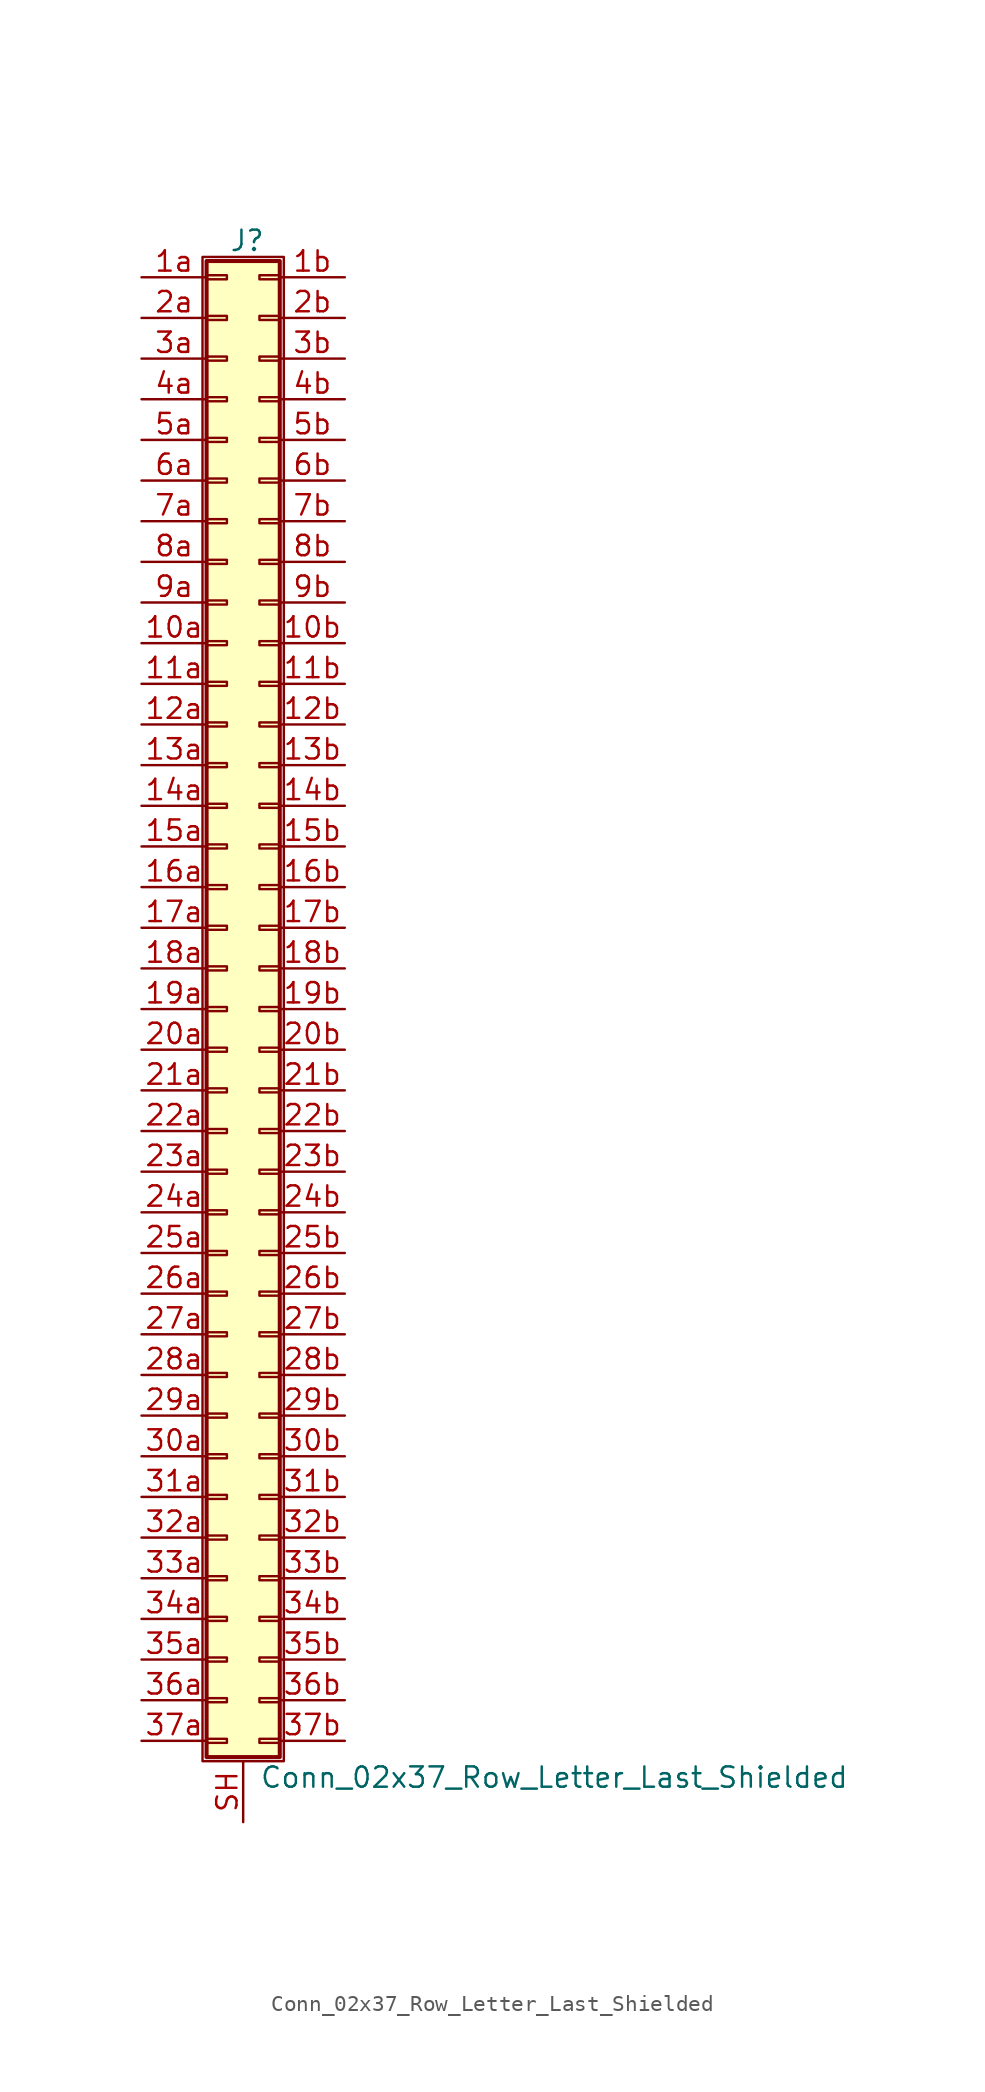
<source format=kicad_sym>
(kicad_symbol_lib
  (version 20201005)
  (generator kicad_symbol_editor)
  (symbol "Conn_02x37_Row_Letter_Last_Shielded"
    (pin_names
      (offset 1.016) hide)
    (property "Reference" "J"
      (at 1.524 48.006 0)
      (effects (font (size 1.27 1.27))))
    (property "Value" "Conn_02x37_Row_Letter_Last_Shielded"
      (at 2.286 -48.006 0)
      (effects (font (size 1.27 1.27)) (justify left)))
    (symbol "Conn_02x37_Row_Letter_Last_Shielded_1_1"
      (rectangle (start -1.27 46.99) (end 3.81 -46.99) (stroke (width 0.152)) (fill (type none)))
      (rectangle (start -1.016 -45.593) (end 0.254 -45.847) (stroke (width 0.152)) (fill (type none)))
      (rectangle (start -1.016 -43.053) (end 0.254 -43.307) (stroke (width 0.152)) (fill (type none)))
      (rectangle (start -1.016 -40.513) (end 0.254 -40.767) (stroke (width 0.152)) (fill (type none)))
      (rectangle (start -1.016 -37.973) (end 0.254 -38.227) (stroke (width 0.152)) (fill (type none)))
      (rectangle (start -1.016 -35.433) (end 0.254 -35.687) (stroke (width 0.152)) (fill (type none)))
      (rectangle (start -1.016 -32.893) (end 0.254 -33.147) (stroke (width 0.152)) (fill (type none)))
      (rectangle (start -1.016 -30.353) (end 0.254 -30.607) (stroke (width 0.152)) (fill (type none)))
      (rectangle (start -1.016 -27.813) (end 0.254 -28.067) (stroke (width 0.152)) (fill (type none)))
      (rectangle (start -1.016 -25.273) (end 0.254 -25.527) (stroke (width 0.152)) (fill (type none)))
      (rectangle (start -1.016 -22.733) (end 0.254 -22.987) (stroke (width 0.152)) (fill (type none)))
      (rectangle (start -1.016 -20.193) (end 0.254 -20.447) (stroke (width 0.152)) (fill (type none)))
      (rectangle (start -1.016 -17.653) (end 0.254 -17.907) (stroke (width 0.152)) (fill (type none)))
      (rectangle (start -1.016 -15.113) (end 0.254 -15.367) (stroke (width 0.152)) (fill (type none)))
      (rectangle (start -1.016 -12.573) (end 0.254 -12.827) (stroke (width 0.152)) (fill (type none)))
      (rectangle (start -1.016 -10.033) (end 0.254 -10.287) (stroke (width 0.152)) (fill (type none)))
      (rectangle (start -1.016 -7.493) (end 0.254 -7.747) (stroke (width 0.152)) (fill (type none)))
      (rectangle (start -1.016 -4.953) (end 0.254 -5.207) (stroke (width 0.152)) (fill (type none)))
      (rectangle (start -1.016 -2.413) (end 0.254 -2.667) (stroke (width 0.152)) (fill (type none)))
      (rectangle (start -1.016 0.127) (end 0.254 -0.127) (stroke (width 0.152)) (fill (type none)))
      (rectangle (start -1.016 2.667) (end 0.254 2.413) (stroke (width 0.152)) (fill (type none)))
      (rectangle (start -1.016 5.207) (end 0.254 4.953) (stroke (width 0.152)) (fill (type none)))
      (rectangle (start -1.016 7.747) (end 0.254 7.493) (stroke (width 0.152)) (fill (type none)))
      (rectangle (start -1.016 10.287) (end 0.254 10.033) (stroke (width 0.152)) (fill (type none)))
      (rectangle (start -1.016 12.827) (end 0.254 12.573) (stroke (width 0.152)) (fill (type none)))
      (rectangle (start -1.016 15.367) (end 0.254 15.113) (stroke (width 0.152)) (fill (type none)))
      (rectangle (start -1.016 17.907) (end 0.254 17.653) (stroke (width 0.152)) (fill (type none)))
      (rectangle (start -1.016 20.447) (end 0.254 20.193) (stroke (width 0.152)) (fill (type none)))
      (rectangle (start -1.016 22.987) (end 0.254 22.733) (stroke (width 0.152)) (fill (type none)))
      (rectangle (start -1.016 25.527) (end 0.254 25.273) (stroke (width 0.152)) (fill (type none)))
      (rectangle (start -1.016 28.067) (end 0.254 27.813) (stroke (width 0.152)) (fill (type none)))
      (rectangle (start -1.016 30.607) (end 0.254 30.353) (stroke (width 0.152)) (fill (type none)))
      (rectangle (start -1.016 33.147) (end 0.254 32.893) (stroke (width 0.152)) (fill (type none)))
      (rectangle (start -1.016 35.687) (end 0.254 35.433) (stroke (width 0.152)) (fill (type none)))
      (rectangle (start -1.016 38.227) (end 0.254 37.973) (stroke (width 0.152)) (fill (type none)))
      (rectangle (start -1.016 40.767) (end 0.254 40.513) (stroke (width 0.152)) (fill (type none)))
      (rectangle (start -1.016 43.307) (end 0.254 43.053) (stroke (width 0.152)) (fill (type none)))
      (rectangle (start -1.016 45.847) (end 0.254 45.593) (stroke (width 0.152)) (fill (type none)))
      (rectangle (start 3.556 -45.593) (end 2.286 -45.847) (stroke (width 0.152)) (fill (type none)))
      (rectangle (start 3.556 -43.053) (end 2.286 -43.307) (stroke (width 0.152)) (fill (type none)))
      (rectangle (start 3.556 -40.513) (end 2.286 -40.767) (stroke (width 0.152)) (fill (type none)))
      (rectangle (start 3.556 -37.973) (end 2.286 -38.227) (stroke (width 0.152)) (fill (type none)))
      (rectangle (start 3.556 -35.433) (end 2.286 -35.687) (stroke (width 0.152)) (fill (type none)))
      (rectangle (start 3.556 -32.893) (end 2.286 -33.147) (stroke (width 0.152)) (fill (type none)))
      (rectangle (start 3.556 -30.353) (end 2.286 -30.607) (stroke (width 0.152)) (fill (type none)))
      (rectangle (start 3.556 -27.813) (end 2.286 -28.067) (stroke (width 0.152)) (fill (type none)))
      (rectangle (start 3.556 -25.273) (end 2.286 -25.527) (stroke (width 0.152)) (fill (type none)))
      (rectangle (start 3.556 -22.733) (end 2.286 -22.987) (stroke (width 0.152)) (fill (type none)))
      (rectangle (start 3.556 -20.193) (end 2.286 -20.447) (stroke (width 0.152)) (fill (type none)))
      (rectangle (start 3.556 -17.653) (end 2.286 -17.907) (stroke (width 0.152)) (fill (type none)))
      (rectangle (start 3.556 -15.113) (end 2.286 -15.367) (stroke (width 0.152)) (fill (type none)))
      (rectangle (start 3.556 -12.573) (end 2.286 -12.827) (stroke (width 0.152)) (fill (type none)))
      (rectangle (start 3.556 -10.033) (end 2.286 -10.287) (stroke (width 0.152)) (fill (type none)))
      (rectangle (start 3.556 -7.493) (end 2.286 -7.747) (stroke (width 0.152)) (fill (type none)))
      (rectangle (start 3.556 -4.953) (end 2.286 -5.207) (stroke (width 0.152)) (fill (type none)))
      (rectangle (start 3.556 -2.413) (end 2.286 -2.667) (stroke (width 0.152)) (fill (type none)))
      (rectangle (start 3.556 0.127) (end 2.286 -0.127) (stroke (width 0.152)) (fill (type none)))
      (rectangle (start 3.556 2.667) (end 2.286 2.413) (stroke (width 0.152)) (fill (type none)))
      (rectangle (start 3.556 5.207) (end 2.286 4.953) (stroke (width 0.152)) (fill (type none)))
      (rectangle (start 3.556 7.747) (end 2.286 7.493) (stroke (width 0.152)) (fill (type none)))
      (rectangle (start 3.556 10.287) (end 2.286 10.033) (stroke (width 0.152)) (fill (type none)))
      (rectangle (start 3.556 12.827) (end 2.286 12.573) (stroke (width 0.152)) (fill (type none)))
      (rectangle (start 3.556 15.367) (end 2.286 15.113) (stroke (width 0.152)) (fill (type none)))
      (rectangle (start 3.556 17.907) (end 2.286 17.653) (stroke (width 0.152)) (fill (type none)))
      (rectangle (start 3.556 20.447) (end 2.286 20.193) (stroke (width 0.152)) (fill (type none)))
      (rectangle (start 3.556 22.987) (end 2.286 22.733) (stroke (width 0.152)) (fill (type none)))
      (rectangle (start 3.556 25.527) (end 2.286 25.273) (stroke (width 0.152)) (fill (type none)))
      (rectangle (start 3.556 28.067) (end 2.286 27.813) (stroke (width 0.152)) (fill (type none)))
      (rectangle (start 3.556 30.607) (end 2.286 30.353) (stroke (width 0.152)) (fill (type none)))
      (rectangle (start 3.556 33.147) (end 2.286 32.893) (stroke (width 0.152)) (fill (type none)))
      (rectangle (start 3.556 35.687) (end 2.286 35.433) (stroke (width 0.152)) (fill (type none)))
      (rectangle (start 3.556 38.227) (end 2.286 37.973) (stroke (width 0.152)) (fill (type none)))
      (rectangle (start 3.556 40.767) (end 2.286 40.513) (stroke (width 0.152)) (fill (type none)))
      (rectangle (start 3.556 43.307) (end 2.286 43.053) (stroke (width 0.152)) (fill (type none)))
      (rectangle (start 3.556 45.847) (end 2.286 45.593) (stroke (width 0.152)) (fill (type none)))
      (rectangle (start -1.016 46.736) (end 3.556 -46.736) (stroke (width 0.254)) (fill (type background)))
      (pin passive line (at -5.08 22.86 0) (length 4.064) (name "Pin_10a" (effects (font (size 1.27 1.27)))) (number "10a" (effects (font (size 1.27 1.27)))))
      (pin passive line (at 7.62 22.86 180) (length 4.064) (name "Pin_10b" (effects (font (size 1.27 1.27)))) (number "10b" (effects (font (size 1.27 1.27)))))
      (pin passive line (at -5.08 20.32 0) (length 4.064) (name "Pin_11a" (effects (font (size 1.27 1.27)))) (number "11a" (effects (font (size 1.27 1.27)))))
      (pin passive line (at 7.62 20.32 180) (length 4.064) (name "Pin_11b" (effects (font (size 1.27 1.27)))) (number "11b" (effects (font (size 1.27 1.27)))))
      (pin passive line (at -5.08 17.78 0) (length 4.064) (name "Pin_12a" (effects (font (size 1.27 1.27)))) (number "12a" (effects (font (size 1.27 1.27)))))
      (pin passive line (at 7.62 17.78 180) (length 4.064) (name "Pin_12b" (effects (font (size 1.27 1.27)))) (number "12b" (effects (font (size 1.27 1.27)))))
      (pin passive line (at -5.08 15.24 0) (length 4.064) (name "Pin_13a" (effects (font (size 1.27 1.27)))) (number "13a" (effects (font (size 1.27 1.27)))))
      (pin passive line (at 7.62 15.24 180) (length 4.064) (name "Pin_13b" (effects (font (size 1.27 1.27)))) (number "13b" (effects (font (size 1.27 1.27)))))
      (pin passive line (at -5.08 12.7 0) (length 4.064) (name "Pin_14a" (effects (font (size 1.27 1.27)))) (number "14a" (effects (font (size 1.27 1.27)))))
      (pin passive line (at 7.62 12.7 180) (length 4.064) (name "Pin_14b" (effects (font (size 1.27 1.27)))) (number "14b" (effects (font (size 1.27 1.27)))))
      (pin passive line (at -5.08 10.16 0) (length 4.064) (name "Pin_15a" (effects (font (size 1.27 1.27)))) (number "15a" (effects (font (size 1.27 1.27)))))
      (pin passive line (at 7.62 10.16 180) (length 4.064) (name "Pin_15b" (effects (font (size 1.27 1.27)))) (number "15b" (effects (font (size 1.27 1.27)))))
      (pin passive line (at -5.08 7.62 0) (length 4.064) (name "Pin_16a" (effects (font (size 1.27 1.27)))) (number "16a" (effects (font (size 1.27 1.27)))))
      (pin passive line (at 7.62 7.62 180) (length 4.064) (name "Pin_16b" (effects (font (size 1.27 1.27)))) (number "16b" (effects (font (size 1.27 1.27)))))
      (pin passive line (at -5.08 5.08 0) (length 4.064) (name "Pin_17a" (effects (font (size 1.27 1.27)))) (number "17a" (effects (font (size 1.27 1.27)))))
      (pin passive line (at 7.62 5.08 180) (length 4.064) (name "Pin_17b" (effects (font (size 1.27 1.27)))) (number "17b" (effects (font (size 1.27 1.27)))))
      (pin passive line (at -5.08 2.54 0) (length 4.064) (name "Pin_18a" (effects (font (size 1.27 1.27)))) (number "18a" (effects (font (size 1.27 1.27)))))
      (pin passive line (at 7.62 2.54 180) (length 4.064) (name "Pin_18b" (effects (font (size 1.27 1.27)))) (number "18b" (effects (font (size 1.27 1.27)))))
      (pin passive line (at -5.08 0 0) (length 4.064) (name "Pin_19a" (effects (font (size 1.27 1.27)))) (number "19a" (effects (font (size 1.27 1.27)))))
      (pin passive line (at 7.62 0 180) (length 4.064) (name "Pin_19b" (effects (font (size 1.27 1.27)))) (number "19b" (effects (font (size 1.27 1.27)))))
      (pin passive line (at -5.08 45.72 0) (length 4.064) (name "Pin_1a" (effects (font (size 1.27 1.27)))) (number "1a" (effects (font (size 1.27 1.27)))))
      (pin passive line (at 7.62 45.72 180) (length 4.064) (name "Pin_1b" (effects (font (size 1.27 1.27)))) (number "1b" (effects (font (size 1.27 1.27)))))
      (pin passive line (at -5.08 -2.54 0) (length 4.064) (name "Pin_20a" (effects (font (size 1.27 1.27)))) (number "20a" (effects (font (size 1.27 1.27)))))
      (pin passive line (at 7.62 -2.54 180) (length 4.064) (name "Pin_20b" (effects (font (size 1.27 1.27)))) (number "20b" (effects (font (size 1.27 1.27)))))
      (pin passive line (at -5.08 -5.08 0) (length 4.064) (name "Pin_21a" (effects (font (size 1.27 1.27)))) (number "21a" (effects (font (size 1.27 1.27)))))
      (pin passive line (at 7.62 -5.08 180) (length 4.064) (name "Pin_21b" (effects (font (size 1.27 1.27)))) (number "21b" (effects (font (size 1.27 1.27)))))
      (pin passive line (at -5.08 -7.62 0) (length 4.064) (name "Pin_22a" (effects (font (size 1.27 1.27)))) (number "22a" (effects (font (size 1.27 1.27)))))
      (pin passive line (at 7.62 -7.62 180) (length 4.064) (name "Pin_22b" (effects (font (size 1.27 1.27)))) (number "22b" (effects (font (size 1.27 1.27)))))
      (pin passive line (at -5.08 -10.16 0) (length 4.064) (name "Pin_23a" (effects (font (size 1.27 1.27)))) (number "23a" (effects (font (size 1.27 1.27)))))
      (pin passive line (at 7.62 -10.16 180) (length 4.064) (name "Pin_23b" (effects (font (size 1.27 1.27)))) (number "23b" (effects (font (size 1.27 1.27)))))
      (pin passive line (at -5.08 -12.7 0) (length 4.064) (name "Pin_24a" (effects (font (size 1.27 1.27)))) (number "24a" (effects (font (size 1.27 1.27)))))
      (pin passive line (at 7.62 -12.7 180) (length 4.064) (name "Pin_24b" (effects (font (size 1.27 1.27)))) (number "24b" (effects (font (size 1.27 1.27)))))
      (pin passive line (at -5.08 -15.24 0) (length 4.064) (name "Pin_25a" (effects (font (size 1.27 1.27)))) (number "25a" (effects (font (size 1.27 1.27)))))
      (pin passive line (at 7.62 -15.24 180) (length 4.064) (name "Pin_25b" (effects (font (size 1.27 1.27)))) (number "25b" (effects (font (size 1.27 1.27)))))
      (pin passive line (at -5.08 -17.78 0) (length 4.064) (name "Pin_26a" (effects (font (size 1.27 1.27)))) (number "26a" (effects (font (size 1.27 1.27)))))
      (pin passive line (at 7.62 -17.78 180) (length 4.064) (name "Pin_26b" (effects (font (size 1.27 1.27)))) (number "26b" (effects (font (size 1.27 1.27)))))
      (pin passive line (at -5.08 -20.32 0) (length 4.064) (name "Pin_27a" (effects (font (size 1.27 1.27)))) (number "27a" (effects (font (size 1.27 1.27)))))
      (pin passive line (at 7.62 -20.32 180) (length 4.064) (name "Pin_27b" (effects (font (size 1.27 1.27)))) (number "27b" (effects (font (size 1.27 1.27)))))
      (pin passive line (at -5.08 -22.86 0) (length 4.064) (name "Pin_28a" (effects (font (size 1.27 1.27)))) (number "28a" (effects (font (size 1.27 1.27)))))
      (pin passive line (at 7.62 -22.86 180) (length 4.064) (name "Pin_28b" (effects (font (size 1.27 1.27)))) (number "28b" (effects (font (size 1.27 1.27)))))
      (pin passive line (at -5.08 -25.4 0) (length 4.064) (name "Pin_29a" (effects (font (size 1.27 1.27)))) (number "29a" (effects (font (size 1.27 1.27)))))
      (pin passive line (at 7.62 -25.4 180) (length 4.064) (name "Pin_29b" (effects (font (size 1.27 1.27)))) (number "29b" (effects (font (size 1.27 1.27)))))
      (pin passive line (at -5.08 43.18 0) (length 4.064) (name "Pin_2a" (effects (font (size 1.27 1.27)))) (number "2a" (effects (font (size 1.27 1.27)))))
      (pin passive line (at 7.62 43.18 180) (length 4.064) (name "Pin_2b" (effects (font (size 1.27 1.27)))) (number "2b" (effects (font (size 1.27 1.27)))))
      (pin passive line (at -5.08 -27.94 0) (length 4.064) (name "Pin_30a" (effects (font (size 1.27 1.27)))) (number "30a" (effects (font (size 1.27 1.27)))))
      (pin passive line (at 7.62 -27.94 180) (length 4.064) (name "Pin_30b" (effects (font (size 1.27 1.27)))) (number "30b" (effects (font (size 1.27 1.27)))))
      (pin passive line (at -5.08 -30.48 0) (length 4.064) (name "Pin_31a" (effects (font (size 1.27 1.27)))) (number "31a" (effects (font (size 1.27 1.27)))))
      (pin passive line (at 7.62 -30.48 180) (length 4.064) (name "Pin_31b" (effects (font (size 1.27 1.27)))) (number "31b" (effects (font (size 1.27 1.27)))))
      (pin passive line (at -5.08 -33.02 0) (length 4.064) (name "Pin_32a" (effects (font (size 1.27 1.27)))) (number "32a" (effects (font (size 1.27 1.27)))))
      (pin passive line (at 7.62 -33.02 180) (length 4.064) (name "Pin_32b" (effects (font (size 1.27 1.27)))) (number "32b" (effects (font (size 1.27 1.27)))))
      (pin passive line (at -5.08 -35.56 0) (length 4.064) (name "Pin_33a" (effects (font (size 1.27 1.27)))) (number "33a" (effects (font (size 1.27 1.27)))))
      (pin passive line (at 7.62 -35.56 180) (length 4.064) (name "Pin_33b" (effects (font (size 1.27 1.27)))) (number "33b" (effects (font (size 1.27 1.27)))))
      (pin passive line (at -5.08 -38.1 0) (length 4.064) (name "Pin_34a" (effects (font (size 1.27 1.27)))) (number "34a" (effects (font (size 1.27 1.27)))))
      (pin passive line (at 7.62 -38.1 180) (length 4.064) (name "Pin_34b" (effects (font (size 1.27 1.27)))) (number "34b" (effects (font (size 1.27 1.27)))))
      (pin passive line (at -5.08 -40.64 0) (length 4.064) (name "Pin_35a" (effects (font (size 1.27 1.27)))) (number "35a" (effects (font (size 1.27 1.27)))))
      (pin passive line (at 7.62 -40.64 180) (length 4.064) (name "Pin_35b" (effects (font (size 1.27 1.27)))) (number "35b" (effects (font (size 1.27 1.27)))))
      (pin passive line (at -5.08 -43.18 0) (length 4.064) (name "Pin_36a" (effects (font (size 1.27 1.27)))) (number "36a" (effects (font (size 1.27 1.27)))))
      (pin passive line (at 7.62 -43.18 180) (length 4.064) (name "Pin_36b" (effects (font (size 1.27 1.27)))) (number "36b" (effects (font (size 1.27 1.27)))))
      (pin passive line (at -5.08 -45.72 0) (length 4.064) (name "Pin_37a" (effects (font (size 1.27 1.27)))) (number "37a" (effects (font (size 1.27 1.27)))))
      (pin passive line (at 7.62 -45.72 180) (length 4.064) (name "Pin_37b" (effects (font (size 1.27 1.27)))) (number "37b" (effects (font (size 1.27 1.27)))))
      (pin passive line (at -5.08 40.64 0) (length 4.064) (name "Pin_3a" (effects (font (size 1.27 1.27)))) (number "3a" (effects (font (size 1.27 1.27)))))
      (pin passive line (at 7.62 40.64 180) (length 4.064) (name "Pin_3b" (effects (font (size 1.27 1.27)))) (number "3b" (effects (font (size 1.27 1.27)))))
      (pin passive line (at -5.08 38.1 0) (length 4.064) (name "Pin_4a" (effects (font (size 1.27 1.27)))) (number "4a" (effects (font (size 1.27 1.27)))))
      (pin passive line (at 7.62 38.1 180) (length 4.064) (name "Pin_4b" (effects (font (size 1.27 1.27)))) (number "4b" (effects (font (size 1.27 1.27)))))
      (pin passive line (at -5.08 35.56 0) (length 4.064) (name "Pin_5a" (effects (font (size 1.27 1.27)))) (number "5a" (effects (font (size 1.27 1.27)))))
      (pin passive line (at 7.62 35.56 180) (length 4.064) (name "Pin_5b" (effects (font (size 1.27 1.27)))) (number "5b" (effects (font (size 1.27 1.27)))))
      (pin passive line (at -5.08 33.02 0) (length 4.064) (name "Pin_6a" (effects (font (size 1.27 1.27)))) (number "6a" (effects (font (size 1.27 1.27)))))
      (pin passive line (at 7.62 33.02 180) (length 4.064) (name "Pin_6b" (effects (font (size 1.27 1.27)))) (number "6b" (effects (font (size 1.27 1.27)))))
      (pin passive line (at -5.08 30.48 0) (length 4.064) (name "Pin_7a" (effects (font (size 1.27 1.27)))) (number "7a" (effects (font (size 1.27 1.27)))))
      (pin passive line (at 7.62 30.48 180) (length 4.064) (name "Pin_7b" (effects (font (size 1.27 1.27)))) (number "7b" (effects (font (size 1.27 1.27)))))
      (pin passive line (at -5.08 27.94 0) (length 4.064) (name "Pin_8a" (effects (font (size 1.27 1.27)))) (number "8a" (effects (font (size 1.27 1.27)))))
      (pin passive line (at 7.62 27.94 180) (length 4.064) (name "Pin_8b" (effects (font (size 1.27 1.27)))) (number "8b" (effects (font (size 1.27 1.27)))))
      (pin passive line (at -5.08 25.4 0) (length 4.064) (name "Pin_9a" (effects (font (size 1.27 1.27)))) (number "9a" (effects (font (size 1.27 1.27)))))
      (pin passive line (at 7.62 25.4 180) (length 4.064) (name "Pin_9b" (effects (font (size 1.27 1.27)))) (number "9b" (effects (font (size 1.27 1.27)))))
      (pin passive line (at 1.27 -50.8 90) (length 3.81) (name "Shield" (effects (font (size 1.27 1.27)))) (number "SH" (effects (font (size 1.27 1.27))))))))
</source>
